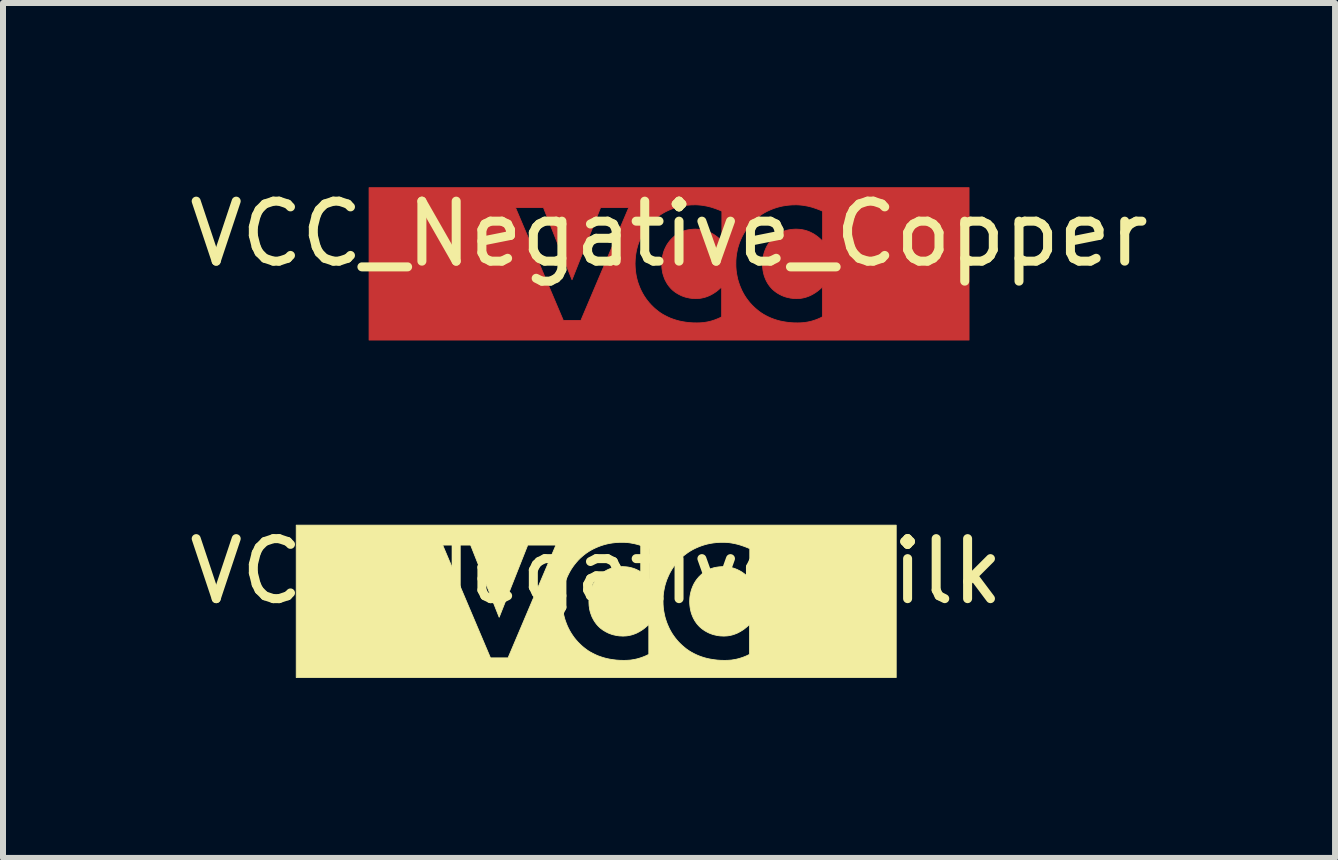
<source format=kicad_pcb>
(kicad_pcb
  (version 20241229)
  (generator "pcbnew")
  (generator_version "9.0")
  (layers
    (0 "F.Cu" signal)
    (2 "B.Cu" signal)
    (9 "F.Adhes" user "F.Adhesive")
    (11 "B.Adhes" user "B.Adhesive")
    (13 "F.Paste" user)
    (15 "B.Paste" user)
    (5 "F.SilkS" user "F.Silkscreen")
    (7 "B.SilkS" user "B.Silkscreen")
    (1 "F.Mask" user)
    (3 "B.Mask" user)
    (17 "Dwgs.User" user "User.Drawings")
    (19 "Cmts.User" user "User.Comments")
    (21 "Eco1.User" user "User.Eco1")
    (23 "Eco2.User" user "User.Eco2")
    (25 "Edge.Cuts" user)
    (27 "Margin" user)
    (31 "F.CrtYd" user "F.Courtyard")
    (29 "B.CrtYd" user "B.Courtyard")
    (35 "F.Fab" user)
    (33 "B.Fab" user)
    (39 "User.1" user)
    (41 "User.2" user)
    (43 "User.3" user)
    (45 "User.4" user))
  (footprint "VCC_Negative_Copper"
    (layer "F.Cu")
    (at 8.101 1.348)
    (property "Reference" "VCC_Negative_Copper" (at 0 -0.5 0) (unlocked yes) (layer "F.SilkS") (effects (font (size 1 1) (thickness 0.15))))
    (fp_poly (pts (xy 5.001 1.27) (xy -5 1.27) (xy -5 -0.938) (xy -2.559 -0.938) (xy -1.762 0.942) (xy -1.469 0.942) (xy -1.068 -0.004) (xy -0.566 -0.004) (xy -0.564 0.052) (xy -0.56 0.107) (xy -0.553 0.16) (xy -0.544 0.212) (xy -0.532 0.262) (xy -0.518 0.311) (xy -0.501 0.358) (xy -0.483 0.404) (xy -0.462 0.449) (xy -0.44 0.491) (xy -0.416 0.532) (xy -0.39 0.571) (xy -0.363 0.609) (xy -0.334 0.644) (xy -0.304 0.678) (xy -0.273 0.709) (xy -0.243 0.738) (xy -0.211 0.765) (xy -0.177 0.792) (xy -0.141 0.818) (xy -0.103 0.842) (xy -0.062 0.864) (xy -0.02 0.885) (xy 0.024 0.905) (xy 0.071 0.922) (xy 0.12 0.938) (xy 0.172 0.952) (xy 0.225 0.963) (xy 0.281 0.972) (xy 0.34 0.979) (xy 0.401 0.983) (xy 0.465 0.984) (xy 0.508 0.983) (xy 0.554 0.98) (xy 0.578 0.978) (xy 0.602 0.974) (xy 0.627 0.97) (xy 0.653 0.965) (xy 0.679 0.959) (xy 0.706 0.952) (xy 0.734 0.943) (xy 0.762 0.934) (xy 0.79 0.923) (xy 0.82 0.911) (xy 0.85 0.897) (xy 0.874 0.885) (xy 0.877 0.885) (xy 0.881 0.882) (xy 0.877 0.884) (xy 0.877 0.885) (xy 0.874 0.885) (xy 0.877 0.884) (xy 0.877 0.385) (xy 0.846 0.413) (xy 0.816 0.439) (xy 0.786 0.463) (xy 0.756 0.483) (xy 0.727 0.501) (xy 0.698 0.517) (xy 0.67 0.531) (xy 0.642 0.542) (xy 0.615 0.552) (xy 0.589 0.56) (xy 0.563 0.566) (xy 0.538 0.571) (xy 0.514 0.575) (xy 0.491 0.577) (xy 0.469 0.578) (xy 0.447 0.579) (xy 0.426 0.578) (xy 0.405 0.577) (xy 0.385 0.576) (xy 0.365 0.573) (xy 0.346 0.571) (xy 0.328 0.567) (xy 0.31 0.563) (xy 0.292 0.559) (xy 0.275 0.555) (xy 0.259 0.55) (xy 0.243 0.544) (xy 0.228 0.539) (xy 0.213 0.533) (xy 0.199 0.527) (xy 0.186 0.52) (xy 0.173 0.514) (xy 0.148 0.5) (xy 0.126 0.487) (xy 0.106 0.474) (xy 0.089 0.461) (xy 0.073 0.449) (xy 0.06 0.438) (xy 0.05 0.428) (xy 0.041 0.42) (xy 0.025 0.403) (xy 0.01 0.386) (xy -0.005 0.367) (xy -0.02 0.346) (xy -0.034 0.325) (xy -0.047 0.302) (xy -0.06 0.278) (xy -0.072 0.253) (xy -0.082 0.226) (xy -0.092 0.198) (xy -0.101 0.169) (xy -0.108 0.139) (xy -0.113 0.107) (xy -0.118 0.074) (xy -0.12 0.039) (xy -0.121 0.004) (xy -0.121 -0.004) (xy 1.114 -0.004) (xy 1.115 0.052) (xy 1.119 0.107) (xy 1.126 0.16) (xy 1.136 0.212) (xy 1.147 0.262) (xy 1.162 0.311) (xy 1.178 0.358) (xy 1.197 0.404) (xy 1.217 0.449) (xy 1.239 0.491) (xy 1.263 0.532) (xy 1.289 0.571) (xy 1.317 0.609) (xy 1.345 0.644) (xy 1.375 0.678) (xy 1.406 0.709) (xy 1.437 0.738) (xy 1.469 0.765) (xy 1.502 0.792) (xy 1.539 0.818) (xy 1.577 0.842) (xy 1.617 0.864) (xy 1.659 0.885) (xy 1.704 0.905) (xy 1.75 0.922) (xy 1.799 0.938) (xy 1.851 0.952) (xy 1.905 0.963) (xy 1.961 0.972) (xy 2.019 0.979) (xy 2.08 0.983) (xy 2.144 0.984) (xy 2.187 0.983) (xy 2.233 0.98) (xy 2.257 0.978) (xy 2.281 0.974) (xy 2.306 0.97) (xy 2.332 0.965) (xy 2.358 0.959) (xy 2.385 0.952) (xy 2.413 0.943) (xy 2.441 0.934) (xy 2.47 0.923) (xy 2.499 0.911) (xy 2.529 0.897) (xy 2.553 0.885) (xy 2.556 0.885) (xy 2.56 0.882) (xy 2.556 0.884) (xy 2.556 0.885) (xy 2.553 0.885) (xy 2.556 0.884) (xy 2.556 0.385) (xy 2.526 0.413) (xy 2.495 0.439) (xy 2.465 0.463) (xy 2.435 0.483) (xy 2.406 0.501) (xy 2.377 0.517) (xy 2.349 0.531) (xy 2.321 0.542) (xy 2.294 0.552) (xy 2.268 0.56) (xy 2.243 0.566) (xy 2.218 0.571) (xy 2.194 0.575) (xy 2.17 0.577) (xy 2.148 0.578) (xy 2.126 0.579) (xy 2.105 0.578) (xy 2.084 0.577) (xy 2.064 0.576) (xy 2.044 0.573) (xy 2.025 0.571) (xy 2.007 0.567) (xy 1.989 0.563) (xy 1.971 0.559) (xy 1.955 0.555) (xy 1.938 0.55) (xy 1.922 0.544) (xy 1.907 0.539) (xy 1.893 0.533) (xy 1.878 0.527) (xy 1.865 0.52) (xy 1.852 0.514) (xy 1.827 0.5) (xy 1.805 0.487) (xy 1.786 0.474) (xy 1.768 0.461) (xy 1.753 0.449) (xy 1.74 0.438) (xy 1.729 0.428) (xy 1.72 0.42) (xy 1.705 0.403) (xy 1.689 0.386) (xy 1.674 0.367) (xy 1.659 0.346) (xy 1.645 0.325) (xy 1.632 0.302) (xy 1.619 0.278) (xy 1.608 0.253) (xy 1.597 0.226) (xy 1.587 0.198) (xy 1.579 0.169) (xy 1.572 0.139) (xy 1.566 0.107) (xy 1.562 0.074) (xy 1.559 0.039) (xy 1.558 0.004) (xy 1.559 -0.03) (xy 1.561 -0.063) (xy 1.565 -0.095) (xy 1.571 -0.126) (xy 1.578 -0.156) (xy 1.586 -0.186) (xy 1.596 -0.215) (xy 1.607 -0.243) (xy 1.619 -0.27) (xy 1.632 -0.296) (xy 1.647 -0.321) (xy 1.662 -0.345) (xy 1.679 -0.368) (xy 1.697 -0.39) (xy 1.715 -0.411) (xy 1.735 -0.43) (xy 1.753 -0.448) (xy 1.773 -0.465) (xy 1.793 -0.481) (xy 1.814 -0.495) (xy 1.836 -0.509) (xy 1.858 -0.521) (xy 1.881 -0.532) (xy 1.904 -0.542) (xy 1.929 -0.55) (xy 1.954 -0.558) (xy 1.979 -0.564) (xy 2.006 -0.569) (xy 2.033 -0.573) (xy 2.061 -0.576) (xy 2.09 -0.578) (xy 2.119 -0.579) (xy 2.138 -0.578) (xy 2.156 -0.577) (xy 2.174 -0.576) (xy 2.192 -0.574) (xy 2.209 -0.572) (xy 2.226 -0.569) (xy 2.243 -0.565) (xy 2.259 -0.562) (xy 2.275 -0.557) (xy 2.291 -0.553) (xy 2.322 -0.542) (xy 2.351 -0.53) (xy 2.379 -0.516) (xy 2.406 -0.502) (xy 2.432 -0.486) (xy 2.456 -0.469) (xy 2.479 -0.452) (xy 2.501 -0.434) (xy 2.522 -0.415) (xy 2.542 -0.397) (xy 2.56 -0.377) (xy 2.56 -0.878) (xy 2.526 -0.893) (xy 2.493 -0.906) (xy 2.461 -0.918) (xy 2.429 -0.929) (xy 2.399 -0.939) (xy 2.369 -0.948) (xy 2.34 -0.955) (xy 2.312 -0.962) (xy 2.284 -0.967) (xy 2.257 -0.972) (xy 2.231 -0.976) (xy 2.205 -0.979) (xy 2.18 -0.981) (xy 2.156 -0.983) (xy 2.132 -0.984) (xy 2.108 -0.984) (xy 2.054 -0.983) (xy 2.001 -0.979) (xy 1.949 -0.973) (xy 1.899 -0.965) (xy 1.849 -0.954) (xy 1.801 -0.941) (xy 1.755 -0.926) (xy 1.71 -0.909) (xy 1.666 -0.89) (xy 1.624 -0.87) (xy 1.584 -0.848) (xy 1.545 -0.824) (xy 1.508 -0.798) (xy 1.472 -0.771) (xy 1.438 -0.742) (xy 1.406 -0.713) (xy 1.375 -0.681) (xy 1.345 -0.647) (xy 1.317 -0.611) (xy 1.289 -0.574) (xy 1.263 -0.535) (xy 1.239 -0.494) (xy 1.217 -0.452) (xy 1.197 -0.408) (xy 1.178 -0.363) (xy 1.162 -0.316) (xy 1.147 -0.267) (xy 1.136 -0.218) (xy 1.126 -0.166) (xy 1.119 -0.113) (xy 1.115 -0.059) (xy 1.114 -0.004) (xy -0.121 -0.004) (xy -0.12 -0.03) (xy -0.118 -0.063) (xy -0.114 -0.095) (xy -0.108 -0.126) (xy -0.101 -0.156) (xy -0.093 -0.186) (xy -0.084 -0.215) (xy -0.073 -0.243) (xy -0.06 -0.27) (xy -0.047 -0.296) (xy -0.033 -0.321) (xy -0.017 -0.345) (xy -0.000274 -0.368) (xy 0.017 -0.39) (xy 0.036 -0.411) (xy 0.055 -0.43) (xy 0.074 -0.448) (xy 0.094 -0.465) (xy 0.114 -0.481) (xy 0.135 -0.495) (xy 0.156 -0.509) (xy 0.179 -0.521) (xy 0.201 -0.532) (xy 0.225 -0.542) (xy 0.249 -0.55) (xy 0.274 -0.558) (xy 0.3 -0.564) (xy 0.327 -0.569) (xy 0.354 -0.573) (xy 0.382 -0.576) (xy 0.41 -0.578) (xy 0.44 -0.579) (xy 0.459 -0.578) (xy 0.477 -0.577) (xy 0.495 -0.576) (xy 0.513 -0.574) (xy 0.53 -0.572) (xy 0.547 -0.569) (xy 0.564 -0.565) (xy 0.58 -0.562) (xy 0.596 -0.557) (xy 0.612 -0.553) (xy 0.643 -0.542) (xy 0.672 -0.53) (xy 0.7 -0.516) (xy 0.727 -0.502) (xy 0.752 -0.486) (xy 0.777 -0.469) (xy 0.8 -0.452) (xy 0.822 -0.434) (xy 0.843 -0.415) (xy 0.862 -0.397) (xy 0.881 -0.377) (xy 0.881 -0.878) (xy 0.847 -0.893) (xy 0.814 -0.906) (xy 0.782 -0.918) (xy 0.75 -0.929) (xy 0.72 -0.939) (xy 0.69 -0.948) (xy 0.661 -0.955) (xy 0.633 -0.962) (xy 0.605 -0.967) (xy 0.578 -0.972) (xy 0.552 -0.976) (xy 0.526 -0.979) (xy 0.501 -0.981) (xy 0.477 -0.983) (xy 0.453 -0.984) (xy 0.429 -0.984) (xy 0.375 -0.983) (xy 0.322 -0.979) (xy 0.27 -0.973) (xy 0.219 -0.965) (xy 0.17 -0.954) (xy 0.122 -0.941) (xy 0.076 -0.926) (xy 0.031 -0.909) (xy -0.013 -0.89) (xy -0.055 -0.87) (xy -0.095 -0.848) (xy -0.134 -0.824) (xy -0.172 -0.798) (xy -0.207 -0.771) (xy -0.241 -0.742) (xy -0.273 -0.713) (xy -0.304 -0.681) (xy -0.334 -0.647) (xy -0.363 -0.611) (xy -0.39 -0.574) (xy -0.416 -0.535) (xy -0.44 -0.494) (xy -0.462 -0.452) (xy -0.483 -0.408) (xy -0.501 -0.363) (xy -0.518 -0.316) (xy -0.532 -0.267) (xy -0.544 -0.218) (xy -0.553 -0.166) (xy -0.56 -0.113) (xy -0.564 -0.059) (xy -0.566 -0.004) (xy -1.068 -0.004) (xy -0.671 -0.938) (xy -1.141 -0.938) (xy -1.617 0.265) (xy -2.093 -0.938) (xy -2.559 -0.938) (xy -5 -0.938) (xy -5 -1.27) (xy 5.001 -1.27)) (stroke (width 0.013) (type solid)) (fill yes) (layer "F.Cu")))
  (footprint "VCC_Negative_Silk"
    (layer "F.Cu")
    (at 6.887 6.973)
    (property "Reference" "VCC_Negative_Silk" (at 0 -0.5 0) (unlocked yes) (layer "F.SilkS") (effects (font (size 1 1) (thickness 0.15))))
    (fp_poly (pts (xy 5.001 1.27) (xy -5 1.27) (xy -5 -0.938) (xy -2.559 -0.938) (xy -1.762 0.942) (xy -1.469 0.942) (xy -1.068 -0.004) (xy -0.566 -0.004) (xy -0.564 0.052) (xy -0.56 0.107) (xy -0.553 0.16) (xy -0.544 0.212) (xy -0.532 0.262) (xy -0.518 0.311) (xy -0.501 0.358) (xy -0.483 0.404) (xy -0.462 0.449) (xy -0.44 0.491) (xy -0.416 0.532) (xy -0.39 0.571) (xy -0.363 0.609) (xy -0.334 0.644) (xy -0.304 0.678) (xy -0.273 0.709) (xy -0.243 0.738) (xy -0.211 0.765) (xy -0.177 0.792) (xy -0.141 0.818) (xy -0.103 0.842) (xy -0.062 0.864) (xy -0.02 0.885) (xy 0.024 0.905) (xy 0.071 0.922) (xy 0.12 0.938) (xy 0.172 0.952) (xy 0.225 0.963) (xy 0.281 0.972) (xy 0.34 0.979) (xy 0.401 0.983) (xy 0.465 0.984) (xy 0.508 0.983) (xy 0.554 0.98) (xy 0.578 0.978) (xy 0.602 0.974) (xy 0.627 0.97) (xy 0.653 0.965) (xy 0.679 0.959) (xy 0.706 0.952) (xy 0.734 0.943) (xy 0.762 0.934) (xy 0.79 0.923) (xy 0.82 0.911) (xy 0.85 0.897) (xy 0.874 0.885) (xy 0.877 0.885) (xy 0.881 0.882) (xy 0.877 0.884) (xy 0.877 0.885) (xy 0.874 0.885) (xy 0.877 0.884) (xy 0.877 0.385) (xy 0.846 0.413) (xy 0.816 0.439) (xy 0.786 0.463) (xy 0.756 0.483) (xy 0.727 0.501) (xy 0.698 0.517) (xy 0.67 0.531) (xy 0.642 0.542) (xy 0.615 0.552) (xy 0.589 0.56) (xy 0.563 0.566) (xy 0.538 0.571) (xy 0.514 0.575) (xy 0.491 0.577) (xy 0.469 0.578) (xy 0.447 0.579) (xy 0.426 0.578) (xy 0.405 0.577) (xy 0.385 0.576) (xy 0.365 0.573) (xy 0.346 0.571) (xy 0.328 0.567) (xy 0.31 0.563) (xy 0.292 0.559) (xy 0.275 0.555) (xy 0.259 0.55) (xy 0.243 0.544) (xy 0.228 0.539) (xy 0.213 0.533) (xy 0.199 0.527) (xy 0.186 0.52) (xy 0.173 0.514) (xy 0.148 0.5) (xy 0.126 0.487) (xy 0.106 0.474) (xy 0.089 0.461) (xy 0.073 0.449) (xy 0.06 0.438) (xy 0.05 0.428) (xy 0.041 0.42) (xy 0.025 0.403) (xy 0.01 0.386) (xy -0.005 0.367) (xy -0.02 0.346) (xy -0.034 0.325) (xy -0.047 0.302) (xy -0.06 0.278) (xy -0.072 0.253) (xy -0.082 0.226) (xy -0.092 0.198) (xy -0.101 0.169) (xy -0.108 0.139) (xy -0.113 0.107) (xy -0.118 0.074) (xy -0.12 0.039) (xy -0.121 0.004) (xy -0.121 -0.004) (xy 1.114 -0.004) (xy 1.115 0.052) (xy 1.119 0.107) (xy 1.126 0.16) (xy 1.136 0.212) (xy 1.147 0.262) (xy 1.162 0.311) (xy 1.178 0.358) (xy 1.197 0.404) (xy 1.217 0.449) (xy 1.239 0.491) (xy 1.263 0.532) (xy 1.289 0.571) (xy 1.317 0.609) (xy 1.345 0.644) (xy 1.375 0.678) (xy 1.406 0.709) (xy 1.437 0.738) (xy 1.469 0.765) (xy 1.502 0.792) (xy 1.539 0.818) (xy 1.577 0.842) (xy 1.617 0.864) (xy 1.659 0.885) (xy 1.704 0.905) (xy 1.75 0.922) (xy 1.799 0.938) (xy 1.851 0.952) (xy 1.905 0.963) (xy 1.961 0.972) (xy 2.019 0.979) (xy 2.08 0.983) (xy 2.144 0.984) (xy 2.187 0.983) (xy 2.233 0.98) (xy 2.257 0.978) (xy 2.281 0.974) (xy 2.306 0.97) (xy 2.332 0.965) (xy 2.358 0.959) (xy 2.385 0.952) (xy 2.413 0.943) (xy 2.441 0.934) (xy 2.47 0.923) (xy 2.499 0.911) (xy 2.529 0.897) (xy 2.553 0.885) (xy 2.556 0.885) (xy 2.56 0.882) (xy 2.556 0.884) (xy 2.556 0.885) (xy 2.553 0.885) (xy 2.556 0.884) (xy 2.556 0.385) (xy 2.526 0.413) (xy 2.495 0.439) (xy 2.465 0.463) (xy 2.435 0.483) (xy 2.406 0.501) (xy 2.377 0.517) (xy 2.349 0.531) (xy 2.321 0.542) (xy 2.294 0.552) (xy 2.268 0.56) (xy 2.243 0.566) (xy 2.218 0.571) (xy 2.194 0.575) (xy 2.17 0.577) (xy 2.148 0.578) (xy 2.126 0.579) (xy 2.105 0.578) (xy 2.084 0.577) (xy 2.064 0.576) (xy 2.044 0.573) (xy 2.025 0.571) (xy 2.007 0.567) (xy 1.989 0.563) (xy 1.971 0.559) (xy 1.955 0.555) (xy 1.938 0.55) (xy 1.922 0.544) (xy 1.907 0.539) (xy 1.893 0.533) (xy 1.878 0.527) (xy 1.865 0.52) (xy 1.852 0.514) (xy 1.827 0.5) (xy 1.805 0.487) (xy 1.786 0.474) (xy 1.768 0.461) (xy 1.753 0.449) (xy 1.74 0.438) (xy 1.729 0.428) (xy 1.72 0.42) (xy 1.705 0.403) (xy 1.689 0.386) (xy 1.674 0.367) (xy 1.659 0.346) (xy 1.645 0.325) (xy 1.632 0.302) (xy 1.619 0.278) (xy 1.608 0.253) (xy 1.597 0.226) (xy 1.587 0.198) (xy 1.579 0.169) (xy 1.572 0.139) (xy 1.566 0.107) (xy 1.562 0.074) (xy 1.559 0.039) (xy 1.558 0.004) (xy 1.559 -0.03) (xy 1.561 -0.063) (xy 1.565 -0.095) (xy 1.571 -0.126) (xy 1.578 -0.156) (xy 1.586 -0.186) (xy 1.596 -0.215) (xy 1.607 -0.243) (xy 1.619 -0.27) (xy 1.632 -0.296) (xy 1.647 -0.321) (xy 1.662 -0.345) (xy 1.679 -0.368) (xy 1.697 -0.39) (xy 1.715 -0.411) (xy 1.735 -0.43) (xy 1.753 -0.448) (xy 1.773 -0.465) (xy 1.793 -0.481) (xy 1.814 -0.495) (xy 1.836 -0.509) (xy 1.858 -0.521) (xy 1.881 -0.532) (xy 1.904 -0.542) (xy 1.929 -0.55) (xy 1.954 -0.558) (xy 1.979 -0.564) (xy 2.006 -0.569) (xy 2.033 -0.573) (xy 2.061 -0.576) (xy 2.09 -0.578) (xy 2.119 -0.579) (xy 2.138 -0.578) (xy 2.156 -0.577) (xy 2.174 -0.576) (xy 2.192 -0.574) (xy 2.209 -0.572) (xy 2.226 -0.569) (xy 2.243 -0.565) (xy 2.259 -0.562) (xy 2.275 -0.557) (xy 2.291 -0.553) (xy 2.322 -0.542) (xy 2.351 -0.53) (xy 2.379 -0.516) (xy 2.406 -0.502) (xy 2.432 -0.486) (xy 2.456 -0.469) (xy 2.479 -0.452) (xy 2.501 -0.434) (xy 2.522 -0.415) (xy 2.542 -0.397) (xy 2.56 -0.377) (xy 2.56 -0.878) (xy 2.526 -0.893) (xy 2.493 -0.906) (xy 2.461 -0.918) (xy 2.429 -0.929) (xy 2.399 -0.939) (xy 2.369 -0.948) (xy 2.34 -0.955) (xy 2.312 -0.962) (xy 2.284 -0.967) (xy 2.257 -0.972) (xy 2.231 -0.976) (xy 2.205 -0.979) (xy 2.18 -0.981) (xy 2.156 -0.983) (xy 2.132 -0.984) (xy 2.108 -0.984) (xy 2.054 -0.983) (xy 2.001 -0.979) (xy 1.949 -0.973) (xy 1.899 -0.965) (xy 1.849 -0.954) (xy 1.801 -0.941) (xy 1.755 -0.926) (xy 1.71 -0.909) (xy 1.666 -0.89) (xy 1.624 -0.87) (xy 1.584 -0.848) (xy 1.545 -0.824) (xy 1.508 -0.798) (xy 1.472 -0.771) (xy 1.438 -0.742) (xy 1.406 -0.713) (xy 1.375 -0.681) (xy 1.345 -0.647) (xy 1.317 -0.611) (xy 1.289 -0.574) (xy 1.263 -0.535) (xy 1.239 -0.494) (xy 1.217 -0.452) (xy 1.197 -0.408) (xy 1.178 -0.363) (xy 1.162 -0.316) (xy 1.147 -0.267) (xy 1.136 -0.218) (xy 1.126 -0.166) (xy 1.119 -0.113) (xy 1.115 -0.059) (xy 1.114 -0.004) (xy -0.121 -0.004) (xy -0.12 -0.03) (xy -0.118 -0.063) (xy -0.114 -0.095) (xy -0.108 -0.126) (xy -0.101 -0.156) (xy -0.093 -0.186) (xy -0.084 -0.215) (xy -0.073 -0.243) (xy -0.06 -0.27) (xy -0.047 -0.296) (xy -0.033 -0.321) (xy -0.017 -0.345) (xy -0.000274 -0.368) (xy 0.017 -0.39) (xy 0.036 -0.411) (xy 0.055 -0.43) (xy 0.074 -0.448) (xy 0.094 -0.465) (xy 0.114 -0.481) (xy 0.135 -0.495) (xy 0.156 -0.509) (xy 0.179 -0.521) (xy 0.201 -0.532) (xy 0.225 -0.542) (xy 0.249 -0.55) (xy 0.274 -0.558) (xy 0.3 -0.564) (xy 0.327 -0.569) (xy 0.354 -0.573) (xy 0.382 -0.576) (xy 0.41 -0.578) (xy 0.44 -0.579) (xy 0.459 -0.578) (xy 0.477 -0.577) (xy 0.495 -0.576) (xy 0.513 -0.574) (xy 0.53 -0.572) (xy 0.547 -0.569) (xy 0.564 -0.565) (xy 0.58 -0.562) (xy 0.596 -0.557) (xy 0.612 -0.553) (xy 0.643 -0.542) (xy 0.672 -0.53) (xy 0.7 -0.516) (xy 0.727 -0.502) (xy 0.752 -0.486) (xy 0.777 -0.469) (xy 0.8 -0.452) (xy 0.822 -0.434) (xy 0.843 -0.415) (xy 0.862 -0.397) (xy 0.881 -0.377) (xy 0.881 -0.878) (xy 0.847 -0.893) (xy 0.814 -0.906) (xy 0.782 -0.918) (xy 0.75 -0.929) (xy 0.72 -0.939) (xy 0.69 -0.948) (xy 0.661 -0.955) (xy 0.633 -0.962) (xy 0.605 -0.967) (xy 0.578 -0.972) (xy 0.552 -0.976) (xy 0.526 -0.979) (xy 0.501 -0.981) (xy 0.477 -0.983) (xy 0.453 -0.984) (xy 0.429 -0.984) (xy 0.375 -0.983) (xy 0.322 -0.979) (xy 0.27 -0.973) (xy 0.219 -0.965) (xy 0.17 -0.954) (xy 0.122 -0.941) (xy 0.076 -0.926) (xy 0.031 -0.909) (xy -0.013 -0.89) (xy -0.055 -0.87) (xy -0.095 -0.848) (xy -0.134 -0.824) (xy -0.172 -0.798) (xy -0.207 -0.771) (xy -0.241 -0.742) (xy -0.273 -0.713) (xy -0.304 -0.681) (xy -0.334 -0.647) (xy -0.363 -0.611) (xy -0.39 -0.574) (xy -0.416 -0.535) (xy -0.44 -0.494) (xy -0.462 -0.452) (xy -0.483 -0.408) (xy -0.501 -0.363) (xy -0.518 -0.316) (xy -0.532 -0.267) (xy -0.544 -0.218) (xy -0.553 -0.166) (xy -0.56 -0.113) (xy -0.564 -0.059) (xy -0.566 -0.004) (xy -1.068 -0.004) (xy -0.671 -0.938) (xy -1.141 -0.938) (xy -1.617 0.265) (xy -2.093 -0.938) (xy -2.559 -0.938) (xy -5 -0.938) (xy -5 -1.27) (xy 5.001 -1.27)) (stroke (width 0.013) (type solid)) (fill yes) (layer "F.SilkS")))
  (gr_rect
    (start -3 -3)
    (end 19.202 11.25)
    (stroke (width 0.1) (type default))
    (fill no)
    (layer "Edge.Cuts")))
</source>
